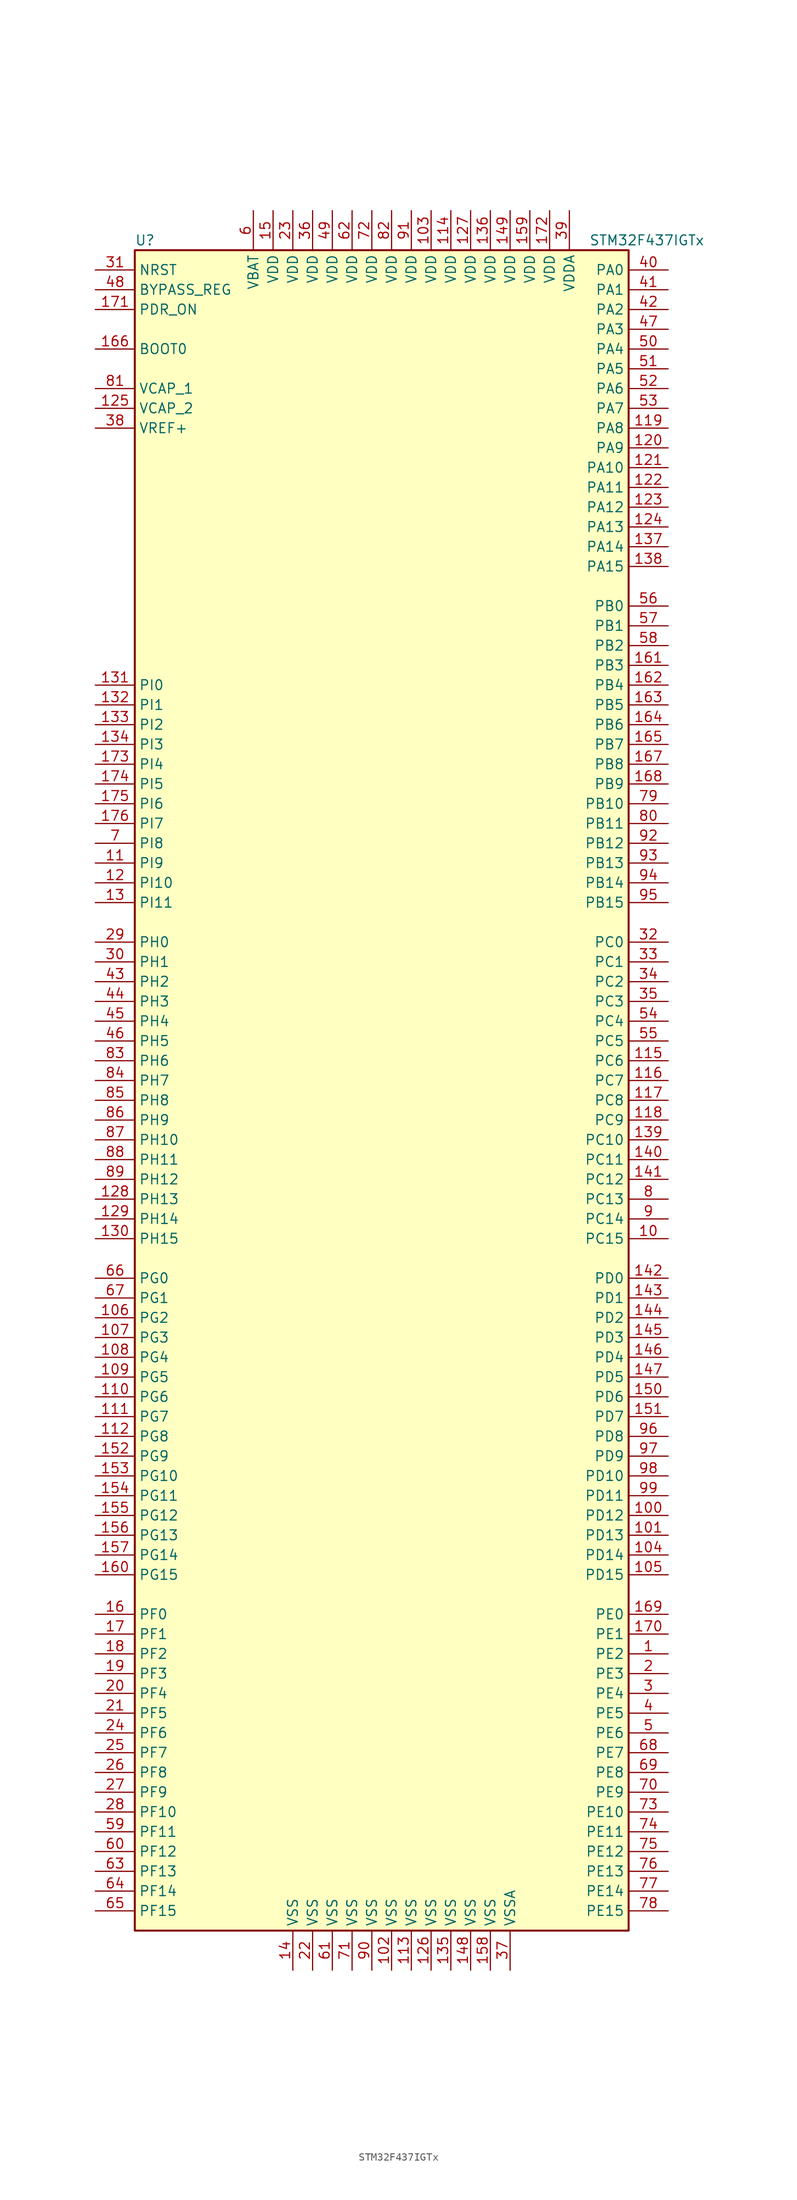
<source format=kicad_sym>
(kicad_symbol_lib
  (version 20201005)
  (generator kicad_symbol_editor)
  (symbol "MCU_ST_STM32F4:STM32F437IGTx"
    (property "Reference" "U"
      (at -33.02 107.95 0)
      (effects (font (size 1.27 1.27)) (justify left)))
    (property "Value" "STM32F437IGTx"
      (at 25.4 107.95 0)
      (effects (font (size 1.27 1.27)) (justify left)))
    (symbol "STM32F437IGTx_0_1"
      (rectangle (start -33.02 -109.22) (end 30.48 106.68) (stroke (width 0.254)) (fill (type background))))
    (symbol "STM32F437IGTx_1_1"
      (pin input line (at -38.1 93.98 0) (length 5.08) (name "BOOT0" (effects (font (size 1.27 1.27)))) (number "166" (effects (font (size 1.27 1.27)))))
      (pin input line (at -38.1 101.6 0) (length 5.08) (name "BYPASS_REG" (effects (font (size 1.27 1.27)))) (number "48" (effects (font (size 1.27 1.27)))))
      (pin input line (at -38.1 104.14 0) (length 5.08) (name "NRST" (effects (font (size 1.27 1.27)))) (number "31" (effects (font (size 1.27 1.27)))))
      (pin bidirectional line (at 35.56 104.14 180) (length 5.08) (name "PA0" (effects (font (size 1.27 1.27)))) (number "40" (effects (font (size 1.27 1.27)))))
      (pin bidirectional line (at 35.56 101.6 180) (length 5.08) (name "PA1" (effects (font (size 1.27 1.27)))) (number "41" (effects (font (size 1.27 1.27)))))
      (pin bidirectional line (at 35.56 78.74 180) (length 5.08) (name "PA10" (effects (font (size 1.27 1.27)))) (number "121" (effects (font (size 1.27 1.27)))))
      (pin bidirectional line (at 35.56 76.2 180) (length 5.08) (name "PA11" (effects (font (size 1.27 1.27)))) (number "122" (effects (font (size 1.27 1.27)))))
      (pin bidirectional line (at 35.56 73.66 180) (length 5.08) (name "PA12" (effects (font (size 1.27 1.27)))) (number "123" (effects (font (size 1.27 1.27)))))
      (pin bidirectional line (at 35.56 71.12 180) (length 5.08) (name "PA13" (effects (font (size 1.27 1.27)))) (number "124" (effects (font (size 1.27 1.27)))))
      (pin bidirectional line (at 35.56 68.58 180) (length 5.08) (name "PA14" (effects (font (size 1.27 1.27)))) (number "137" (effects (font (size 1.27 1.27)))))
      (pin bidirectional line (at 35.56 66.04 180) (length 5.08) (name "PA15" (effects (font (size 1.27 1.27)))) (number "138" (effects (font (size 1.27 1.27)))))
      (pin bidirectional line (at 35.56 99.06 180) (length 5.08) (name "PA2" (effects (font (size 1.27 1.27)))) (number "42" (effects (font (size 1.27 1.27)))))
      (pin bidirectional line (at 35.56 96.52 180) (length 5.08) (name "PA3" (effects (font (size 1.27 1.27)))) (number "47" (effects (font (size 1.27 1.27)))))
      (pin bidirectional line (at 35.56 93.98 180) (length 5.08) (name "PA4" (effects (font (size 1.27 1.27)))) (number "50" (effects (font (size 1.27 1.27)))))
      (pin bidirectional line (at 35.56 91.44 180) (length 5.08) (name "PA5" (effects (font (size 1.27 1.27)))) (number "51" (effects (font (size 1.27 1.27)))))
      (pin bidirectional line (at 35.56 88.9 180) (length 5.08) (name "PA6" (effects (font (size 1.27 1.27)))) (number "52" (effects (font (size 1.27 1.27)))))
      (pin bidirectional line (at 35.56 86.36 180) (length 5.08) (name "PA7" (effects (font (size 1.27 1.27)))) (number "53" (effects (font (size 1.27 1.27)))))
      (pin bidirectional line (at 35.56 83.82 180) (length 5.08) (name "PA8" (effects (font (size 1.27 1.27)))) (number "119" (effects (font (size 1.27 1.27)))))
      (pin bidirectional line (at 35.56 81.28 180) (length 5.08) (name "PA9" (effects (font (size 1.27 1.27)))) (number "120" (effects (font (size 1.27 1.27)))))
      (pin bidirectional line (at 35.56 60.96 180) (length 5.08) (name "PB0" (effects (font (size 1.27 1.27)))) (number "56" (effects (font (size 1.27 1.27)))))
      (pin bidirectional line (at 35.56 58.42 180) (length 5.08) (name "PB1" (effects (font (size 1.27 1.27)))) (number "57" (effects (font (size 1.27 1.27)))))
      (pin bidirectional line (at 35.56 35.56 180) (length 5.08) (name "PB10" (effects (font (size 1.27 1.27)))) (number "79" (effects (font (size 1.27 1.27)))))
      (pin bidirectional line (at 35.56 33.02 180) (length 5.08) (name "PB11" (effects (font (size 1.27 1.27)))) (number "80" (effects (font (size 1.27 1.27)))))
      (pin bidirectional line (at 35.56 30.48 180) (length 5.08) (name "PB12" (effects (font (size 1.27 1.27)))) (number "92" (effects (font (size 1.27 1.27)))))
      (pin bidirectional line (at 35.56 27.94 180) (length 5.08) (name "PB13" (effects (font (size 1.27 1.27)))) (number "93" (effects (font (size 1.27 1.27)))))
      (pin bidirectional line (at 35.56 25.4 180) (length 5.08) (name "PB14" (effects (font (size 1.27 1.27)))) (number "94" (effects (font (size 1.27 1.27)))))
      (pin bidirectional line (at 35.56 22.86 180) (length 5.08) (name "PB15" (effects (font (size 1.27 1.27)))) (number "95" (effects (font (size 1.27 1.27)))))
      (pin bidirectional line (at 35.56 55.88 180) (length 5.08) (name "PB2" (effects (font (size 1.27 1.27)))) (number "58" (effects (font (size 1.27 1.27)))))
      (pin bidirectional line (at 35.56 53.34 180) (length 5.08) (name "PB3" (effects (font (size 1.27 1.27)))) (number "161" (effects (font (size 1.27 1.27)))))
      (pin bidirectional line (at 35.56 50.8 180) (length 5.08) (name "PB4" (effects (font (size 1.27 1.27)))) (number "162" (effects (font (size 1.27 1.27)))))
      (pin bidirectional line (at 35.56 48.26 180) (length 5.08) (name "PB5" (effects (font (size 1.27 1.27)))) (number "163" (effects (font (size 1.27 1.27)))))
      (pin bidirectional line (at 35.56 45.72 180) (length 5.08) (name "PB6" (effects (font (size 1.27 1.27)))) (number "164" (effects (font (size 1.27 1.27)))))
      (pin bidirectional line (at 35.56 43.18 180) (length 5.08) (name "PB7" (effects (font (size 1.27 1.27)))) (number "165" (effects (font (size 1.27 1.27)))))
      (pin bidirectional line (at 35.56 40.64 180) (length 5.08) (name "PB8" (effects (font (size 1.27 1.27)))) (number "167" (effects (font (size 1.27 1.27)))))
      (pin bidirectional line (at 35.56 38.1 180) (length 5.08) (name "PB9" (effects (font (size 1.27 1.27)))) (number "168" (effects (font (size 1.27 1.27)))))
      (pin bidirectional line (at 35.56 17.78 180) (length 5.08) (name "PC0" (effects (font (size 1.27 1.27)))) (number "32" (effects (font (size 1.27 1.27)))))
      (pin bidirectional line (at 35.56 15.24 180) (length 5.08) (name "PC1" (effects (font (size 1.27 1.27)))) (number "33" (effects (font (size 1.27 1.27)))))
      (pin bidirectional line (at 35.56 -7.62 180) (length 5.08) (name "PC10" (effects (font (size 1.27 1.27)))) (number "139" (effects (font (size 1.27 1.27)))))
      (pin bidirectional line (at 35.56 -10.16 180) (length 5.08) (name "PC11" (effects (font (size 1.27 1.27)))) (number "140" (effects (font (size 1.27 1.27)))))
      (pin bidirectional line (at 35.56 -12.7 180) (length 5.08) (name "PC12" (effects (font (size 1.27 1.27)))) (number "141" (effects (font (size 1.27 1.27)))))
      (pin bidirectional line (at 35.56 -15.24 180) (length 5.08) (name "PC13" (effects (font (size 1.27 1.27)))) (number "8" (effects (font (size 1.27 1.27)))))
      (pin bidirectional line (at 35.56 -17.78 180) (length 5.08) (name "PC14" (effects (font (size 1.27 1.27)))) (number "9" (effects (font (size 1.27 1.27)))))
      (pin bidirectional line (at 35.56 -20.32 180) (length 5.08) (name "PC15" (effects (font (size 1.27 1.27)))) (number "10" (effects (font (size 1.27 1.27)))))
      (pin bidirectional line (at 35.56 12.7 180) (length 5.08) (name "PC2" (effects (font (size 1.27 1.27)))) (number "34" (effects (font (size 1.27 1.27)))))
      (pin bidirectional line (at 35.56 10.16 180) (length 5.08) (name "PC3" (effects (font (size 1.27 1.27)))) (number "35" (effects (font (size 1.27 1.27)))))
      (pin bidirectional line (at 35.56 7.62 180) (length 5.08) (name "PC4" (effects (font (size 1.27 1.27)))) (number "54" (effects (font (size 1.27 1.27)))))
      (pin bidirectional line (at 35.56 5.08 180) (length 5.08) (name "PC5" (effects (font (size 1.27 1.27)))) (number "55" (effects (font (size 1.27 1.27)))))
      (pin bidirectional line (at 35.56 2.54 180) (length 5.08) (name "PC6" (effects (font (size 1.27 1.27)))) (number "115" (effects (font (size 1.27 1.27)))))
      (pin bidirectional line (at 35.56 0 180) (length 5.08) (name "PC7" (effects (font (size 1.27 1.27)))) (number "116" (effects (font (size 1.27 1.27)))))
      (pin bidirectional line (at 35.56 -2.54 180) (length 5.08) (name "PC8" (effects (font (size 1.27 1.27)))) (number "117" (effects (font (size 1.27 1.27)))))
      (pin bidirectional line (at 35.56 -5.08 180) (length 5.08) (name "PC9" (effects (font (size 1.27 1.27)))) (number "118" (effects (font (size 1.27 1.27)))))
      (pin bidirectional line (at 35.56 -25.4 180) (length 5.08) (name "PD0" (effects (font (size 1.27 1.27)))) (number "142" (effects (font (size 1.27 1.27)))))
      (pin bidirectional line (at 35.56 -27.94 180) (length 5.08) (name "PD1" (effects (font (size 1.27 1.27)))) (number "143" (effects (font (size 1.27 1.27)))))
      (pin bidirectional line (at 35.56 -50.8 180) (length 5.08) (name "PD10" (effects (font (size 1.27 1.27)))) (number "98" (effects (font (size 1.27 1.27)))))
      (pin bidirectional line (at 35.56 -53.34 180) (length 5.08) (name "PD11" (effects (font (size 1.27 1.27)))) (number "99" (effects (font (size 1.27 1.27)))))
      (pin bidirectional line (at 35.56 -55.88 180) (length 5.08) (name "PD12" (effects (font (size 1.27 1.27)))) (number "100" (effects (font (size 1.27 1.27)))))
      (pin bidirectional line (at 35.56 -58.42 180) (length 5.08) (name "PD13" (effects (font (size 1.27 1.27)))) (number "101" (effects (font (size 1.27 1.27)))))
      (pin bidirectional line (at 35.56 -60.96 180) (length 5.08) (name "PD14" (effects (font (size 1.27 1.27)))) (number "104" (effects (font (size 1.27 1.27)))))
      (pin bidirectional line (at 35.56 -63.5 180) (length 5.08) (name "PD15" (effects (font (size 1.27 1.27)))) (number "105" (effects (font (size 1.27 1.27)))))
      (pin bidirectional line (at 35.56 -30.48 180) (length 5.08) (name "PD2" (effects (font (size 1.27 1.27)))) (number "144" (effects (font (size 1.27 1.27)))))
      (pin bidirectional line (at 35.56 -33.02 180) (length 5.08) (name "PD3" (effects (font (size 1.27 1.27)))) (number "145" (effects (font (size 1.27 1.27)))))
      (pin bidirectional line (at 35.56 -35.56 180) (length 5.08) (name "PD4" (effects (font (size 1.27 1.27)))) (number "146" (effects (font (size 1.27 1.27)))))
      (pin bidirectional line (at 35.56 -38.1 180) (length 5.08) (name "PD5" (effects (font (size 1.27 1.27)))) (number "147" (effects (font (size 1.27 1.27)))))
      (pin bidirectional line (at 35.56 -40.64 180) (length 5.08) (name "PD6" (effects (font (size 1.27 1.27)))) (number "150" (effects (font (size 1.27 1.27)))))
      (pin bidirectional line (at 35.56 -43.18 180) (length 5.08) (name "PD7" (effects (font (size 1.27 1.27)))) (number "151" (effects (font (size 1.27 1.27)))))
      (pin bidirectional line (at 35.56 -45.72 180) (length 5.08) (name "PD8" (effects (font (size 1.27 1.27)))) (number "96" (effects (font (size 1.27 1.27)))))
      (pin bidirectional line (at 35.56 -48.26 180) (length 5.08) (name "PD9" (effects (font (size 1.27 1.27)))) (number "97" (effects (font (size 1.27 1.27)))))
      (pin input line (at -38.1 99.06 0) (length 5.08) (name "PDR_ON" (effects (font (size 1.27 1.27)))) (number "171" (effects (font (size 1.27 1.27)))))
      (pin bidirectional line (at 35.56 -68.58 180) (length 5.08) (name "PE0" (effects (font (size 1.27 1.27)))) (number "169" (effects (font (size 1.27 1.27)))))
      (pin bidirectional line (at 35.56 -71.12 180) (length 5.08) (name "PE1" (effects (font (size 1.27 1.27)))) (number "170" (effects (font (size 1.27 1.27)))))
      (pin bidirectional line (at 35.56 -93.98 180) (length 5.08) (name "PE10" (effects (font (size 1.27 1.27)))) (number "73" (effects (font (size 1.27 1.27)))))
      (pin bidirectional line (at 35.56 -96.52 180) (length 5.08) (name "PE11" (effects (font (size 1.27 1.27)))) (number "74" (effects (font (size 1.27 1.27)))))
      (pin bidirectional line (at 35.56 -99.06 180) (length 5.08) (name "PE12" (effects (font (size 1.27 1.27)))) (number "75" (effects (font (size 1.27 1.27)))))
      (pin bidirectional line (at 35.56 -101.6 180) (length 5.08) (name "PE13" (effects (font (size 1.27 1.27)))) (number "76" (effects (font (size 1.27 1.27)))))
      (pin bidirectional line (at 35.56 -104.14 180) (length 5.08) (name "PE14" (effects (font (size 1.27 1.27)))) (number "77" (effects (font (size 1.27 1.27)))))
      (pin bidirectional line (at 35.56 -106.68 180) (length 5.08) (name "PE15" (effects (font (size 1.27 1.27)))) (number "78" (effects (font (size 1.27 1.27)))))
      (pin bidirectional line (at 35.56 -73.66 180) (length 5.08) (name "PE2" (effects (font (size 1.27 1.27)))) (number "1" (effects (font (size 1.27 1.27)))))
      (pin bidirectional line (at 35.56 -76.2 180) (length 5.08) (name "PE3" (effects (font (size 1.27 1.27)))) (number "2" (effects (font (size 1.27 1.27)))))
      (pin bidirectional line (at 35.56 -78.74 180) (length 5.08) (name "PE4" (effects (font (size 1.27 1.27)))) (number "3" (effects (font (size 1.27 1.27)))))
      (pin bidirectional line (at 35.56 -81.28 180) (length 5.08) (name "PE5" (effects (font (size 1.27 1.27)))) (number "4" (effects (font (size 1.27 1.27)))))
      (pin bidirectional line (at 35.56 -83.82 180) (length 5.08) (name "PE6" (effects (font (size 1.27 1.27)))) (number "5" (effects (font (size 1.27 1.27)))))
      (pin bidirectional line (at 35.56 -86.36 180) (length 5.08) (name "PE7" (effects (font (size 1.27 1.27)))) (number "68" (effects (font (size 1.27 1.27)))))
      (pin bidirectional line (at 35.56 -88.9 180) (length 5.08) (name "PE8" (effects (font (size 1.27 1.27)))) (number "69" (effects (font (size 1.27 1.27)))))
      (pin bidirectional line (at 35.56 -91.44 180) (length 5.08) (name "PE9" (effects (font (size 1.27 1.27)))) (number "70" (effects (font (size 1.27 1.27)))))
      (pin bidirectional line (at -38.1 -68.58 0) (length 5.08) (name "PF0" (effects (font (size 1.27 1.27)))) (number "16" (effects (font (size 1.27 1.27)))))
      (pin bidirectional line (at -38.1 -71.12 0) (length 5.08) (name "PF1" (effects (font (size 1.27 1.27)))) (number "17" (effects (font (size 1.27 1.27)))))
      (pin bidirectional line (at -38.1 -93.98 0) (length 5.08) (name "PF10" (effects (font (size 1.27 1.27)))) (number "28" (effects (font (size 1.27 1.27)))))
      (pin bidirectional line (at -38.1 -96.52 0) (length 5.08) (name "PF11" (effects (font (size 1.27 1.27)))) (number "59" (effects (font (size 1.27 1.27)))))
      (pin bidirectional line (at -38.1 -99.06 0) (length 5.08) (name "PF12" (effects (font (size 1.27 1.27)))) (number "60" (effects (font (size 1.27 1.27)))))
      (pin bidirectional line (at -38.1 -101.6 0) (length 5.08) (name "PF13" (effects (font (size 1.27 1.27)))) (number "63" (effects (font (size 1.27 1.27)))))
      (pin bidirectional line (at -38.1 -104.14 0) (length 5.08) (name "PF14" (effects (font (size 1.27 1.27)))) (number "64" (effects (font (size 1.27 1.27)))))
      (pin bidirectional line (at -38.1 -106.68 0) (length 5.08) (name "PF15" (effects (font (size 1.27 1.27)))) (number "65" (effects (font (size 1.27 1.27)))))
      (pin bidirectional line (at -38.1 -73.66 0) (length 5.08) (name "PF2" (effects (font (size 1.27 1.27)))) (number "18" (effects (font (size 1.27 1.27)))))
      (pin bidirectional line (at -38.1 -76.2 0) (length 5.08) (name "PF3" (effects (font (size 1.27 1.27)))) (number "19" (effects (font (size 1.27 1.27)))))
      (pin bidirectional line (at -38.1 -78.74 0) (length 5.08) (name "PF4" (effects (font (size 1.27 1.27)))) (number "20" (effects (font (size 1.27 1.27)))))
      (pin bidirectional line (at -38.1 -81.28 0) (length 5.08) (name "PF5" (effects (font (size 1.27 1.27)))) (number "21" (effects (font (size 1.27 1.27)))))
      (pin bidirectional line (at -38.1 -83.82 0) (length 5.08) (name "PF6" (effects (font (size 1.27 1.27)))) (number "24" (effects (font (size 1.27 1.27)))))
      (pin bidirectional line (at -38.1 -86.36 0) (length 5.08) (name "PF7" (effects (font (size 1.27 1.27)))) (number "25" (effects (font (size 1.27 1.27)))))
      (pin bidirectional line (at -38.1 -88.9 0) (length 5.08) (name "PF8" (effects (font (size 1.27 1.27)))) (number "26" (effects (font (size 1.27 1.27)))))
      (pin bidirectional line (at -38.1 -91.44 0) (length 5.08) (name "PF9" (effects (font (size 1.27 1.27)))) (number "27" (effects (font (size 1.27 1.27)))))
      (pin bidirectional line (at -38.1 -25.4 0) (length 5.08) (name "PG0" (effects (font (size 1.27 1.27)))) (number "66" (effects (font (size 1.27 1.27)))))
      (pin bidirectional line (at -38.1 -27.94 0) (length 5.08) (name "PG1" (effects (font (size 1.27 1.27)))) (number "67" (effects (font (size 1.27 1.27)))))
      (pin bidirectional line (at -38.1 -50.8 0) (length 5.08) (name "PG10" (effects (font (size 1.27 1.27)))) (number "153" (effects (font (size 1.27 1.27)))))
      (pin bidirectional line (at -38.1 -53.34 0) (length 5.08) (name "PG11" (effects (font (size 1.27 1.27)))) (number "154" (effects (font (size 1.27 1.27)))))
      (pin bidirectional line (at -38.1 -55.88 0) (length 5.08) (name "PG12" (effects (font (size 1.27 1.27)))) (number "155" (effects (font (size 1.27 1.27)))))
      (pin bidirectional line (at -38.1 -58.42 0) (length 5.08) (name "PG13" (effects (font (size 1.27 1.27)))) (number "156" (effects (font (size 1.27 1.27)))))
      (pin bidirectional line (at -38.1 -60.96 0) (length 5.08) (name "PG14" (effects (font (size 1.27 1.27)))) (number "157" (effects (font (size 1.27 1.27)))))
      (pin bidirectional line (at -38.1 -63.5 0) (length 5.08) (name "PG15" (effects (font (size 1.27 1.27)))) (number "160" (effects (font (size 1.27 1.27)))))
      (pin bidirectional line (at -38.1 -30.48 0) (length 5.08) (name "PG2" (effects (font (size 1.27 1.27)))) (number "106" (effects (font (size 1.27 1.27)))))
      (pin bidirectional line (at -38.1 -33.02 0) (length 5.08) (name "PG3" (effects (font (size 1.27 1.27)))) (number "107" (effects (font (size 1.27 1.27)))))
      (pin bidirectional line (at -38.1 -35.56 0) (length 5.08) (name "PG4" (effects (font (size 1.27 1.27)))) (number "108" (effects (font (size 1.27 1.27)))))
      (pin bidirectional line (at -38.1 -38.1 0) (length 5.08) (name "PG5" (effects (font (size 1.27 1.27)))) (number "109" (effects (font (size 1.27 1.27)))))
      (pin bidirectional line (at -38.1 -40.64 0) (length 5.08) (name "PG6" (effects (font (size 1.27 1.27)))) (number "110" (effects (font (size 1.27 1.27)))))
      (pin bidirectional line (at -38.1 -43.18 0) (length 5.08) (name "PG7" (effects (font (size 1.27 1.27)))) (number "111" (effects (font (size 1.27 1.27)))))
      (pin bidirectional line (at -38.1 -45.72 0) (length 5.08) (name "PG8" (effects (font (size 1.27 1.27)))) (number "112" (effects (font (size 1.27 1.27)))))
      (pin bidirectional line (at -38.1 -48.26 0) (length 5.08) (name "PG9" (effects (font (size 1.27 1.27)))) (number "152" (effects (font (size 1.27 1.27)))))
      (pin input line (at -38.1 17.78 0) (length 5.08) (name "PH0" (effects (font (size 1.27 1.27)))) (number "29" (effects (font (size 1.27 1.27)))))
      (pin input line (at -38.1 15.24 0) (length 5.08) (name "PH1" (effects (font (size 1.27 1.27)))) (number "30" (effects (font (size 1.27 1.27)))))
      (pin bidirectional line (at -38.1 -7.62 0) (length 5.08) (name "PH10" (effects (font (size 1.27 1.27)))) (number "87" (effects (font (size 1.27 1.27)))))
      (pin bidirectional line (at -38.1 -10.16 0) (length 5.08) (name "PH11" (effects (font (size 1.27 1.27)))) (number "88" (effects (font (size 1.27 1.27)))))
      (pin bidirectional line (at -38.1 -12.7 0) (length 5.08) (name "PH12" (effects (font (size 1.27 1.27)))) (number "89" (effects (font (size 1.27 1.27)))))
      (pin bidirectional line (at -38.1 -15.24 0) (length 5.08) (name "PH13" (effects (font (size 1.27 1.27)))) (number "128" (effects (font (size 1.27 1.27)))))
      (pin bidirectional line (at -38.1 -17.78 0) (length 5.08) (name "PH14" (effects (font (size 1.27 1.27)))) (number "129" (effects (font (size 1.27 1.27)))))
      (pin bidirectional line (at -38.1 -20.32 0) (length 5.08) (name "PH15" (effects (font (size 1.27 1.27)))) (number "130" (effects (font (size 1.27 1.27)))))
      (pin bidirectional line (at -38.1 12.7 0) (length 5.08) (name "PH2" (effects (font (size 1.27 1.27)))) (number "43" (effects (font (size 1.27 1.27)))))
      (pin bidirectional line (at -38.1 10.16 0) (length 5.08) (name "PH3" (effects (font (size 1.27 1.27)))) (number "44" (effects (font (size 1.27 1.27)))))
      (pin bidirectional line (at -38.1 7.62 0) (length 5.08) (name "PH4" (effects (font (size 1.27 1.27)))) (number "45" (effects (font (size 1.27 1.27)))))
      (pin bidirectional line (at -38.1 5.08 0) (length 5.08) (name "PH5" (effects (font (size 1.27 1.27)))) (number "46" (effects (font (size 1.27 1.27)))))
      (pin bidirectional line (at -38.1 2.54 0) (length 5.08) (name "PH6" (effects (font (size 1.27 1.27)))) (number "83" (effects (font (size 1.27 1.27)))))
      (pin bidirectional line (at -38.1 0 0) (length 5.08) (name "PH7" (effects (font (size 1.27 1.27)))) (number "84" (effects (font (size 1.27 1.27)))))
      (pin bidirectional line (at -38.1 -2.54 0) (length 5.08) (name "PH8" (effects (font (size 1.27 1.27)))) (number "85" (effects (font (size 1.27 1.27)))))
      (pin bidirectional line (at -38.1 -5.08 0) (length 5.08) (name "PH9" (effects (font (size 1.27 1.27)))) (number "86" (effects (font (size 1.27 1.27)))))
      (pin bidirectional line (at -38.1 50.8 0) (length 5.08) (name "PI0" (effects (font (size 1.27 1.27)))) (number "131" (effects (font (size 1.27 1.27)))))
      (pin bidirectional line (at -38.1 48.26 0) (length 5.08) (name "PI1" (effects (font (size 1.27 1.27)))) (number "132" (effects (font (size 1.27 1.27)))))
      (pin bidirectional line (at -38.1 25.4 0) (length 5.08) (name "PI10" (effects (font (size 1.27 1.27)))) (number "12" (effects (font (size 1.27 1.27)))))
      (pin bidirectional line (at -38.1 22.86 0) (length 5.08) (name "PI11" (effects (font (size 1.27 1.27)))) (number "13" (effects (font (size 1.27 1.27)))))
      (pin bidirectional line (at -38.1 45.72 0) (length 5.08) (name "PI2" (effects (font (size 1.27 1.27)))) (number "133" (effects (font (size 1.27 1.27)))))
      (pin bidirectional line (at -38.1 43.18 0) (length 5.08) (name "PI3" (effects (font (size 1.27 1.27)))) (number "134" (effects (font (size 1.27 1.27)))))
      (pin bidirectional line (at -38.1 40.64 0) (length 5.08) (name "PI4" (effects (font (size 1.27 1.27)))) (number "173" (effects (font (size 1.27 1.27)))))
      (pin bidirectional line (at -38.1 38.1 0) (length 5.08) (name "PI5" (effects (font (size 1.27 1.27)))) (number "174" (effects (font (size 1.27 1.27)))))
      (pin bidirectional line (at -38.1 35.56 0) (length 5.08) (name "PI6" (effects (font (size 1.27 1.27)))) (number "175" (effects (font (size 1.27 1.27)))))
      (pin bidirectional line (at -38.1 33.02 0) (length 5.08) (name "PI7" (effects (font (size 1.27 1.27)))) (number "176" (effects (font (size 1.27 1.27)))))
      (pin bidirectional line (at -38.1 30.48 0) (length 5.08) (name "PI8" (effects (font (size 1.27 1.27)))) (number "7" (effects (font (size 1.27 1.27)))))
      (pin bidirectional line (at -38.1 27.94 0) (length 5.08) (name "PI9" (effects (font (size 1.27 1.27)))) (number "11" (effects (font (size 1.27 1.27)))))
      (pin power_in line (at -17.78 111.76 270) (length 5.08) (name "VBAT" (effects (font (size 1.27 1.27)))) (number "6" (effects (font (size 1.27 1.27)))))
      (pin power_in line (at -38.1 88.9 0) (length 5.08) (name "VCAP_1" (effects (font (size 1.27 1.27)))) (number "81" (effects (font (size 1.27 1.27)))))
      (pin power_in line (at -38.1 86.36 0) (length 5.08) (name "VCAP_2" (effects (font (size 1.27 1.27)))) (number "125" (effects (font (size 1.27 1.27)))))
      (pin power_in line (at 5.08 111.76 270) (length 5.08) (name "VDD" (effects (font (size 1.27 1.27)))) (number "103" (effects (font (size 1.27 1.27)))))
      (pin power_in line (at 7.62 111.76 270) (length 5.08) (name "VDD" (effects (font (size 1.27 1.27)))) (number "114" (effects (font (size 1.27 1.27)))))
      (pin power_in line (at 10.16 111.76 270) (length 5.08) (name "VDD" (effects (font (size 1.27 1.27)))) (number "127" (effects (font (size 1.27 1.27)))))
      (pin power_in line (at 12.7 111.76 270) (length 5.08) (name "VDD" (effects (font (size 1.27 1.27)))) (number "136" (effects (font (size 1.27 1.27)))))
      (pin power_in line (at 15.24 111.76 270) (length 5.08) (name "VDD" (effects (font (size 1.27 1.27)))) (number "149" (effects (font (size 1.27 1.27)))))
      (pin power_in line (at -15.24 111.76 270) (length 5.08) (name "VDD" (effects (font (size 1.27 1.27)))) (number "15" (effects (font (size 1.27 1.27)))))
      (pin power_in line (at 17.78 111.76 270) (length 5.08) (name "VDD" (effects (font (size 1.27 1.27)))) (number "159" (effects (font (size 1.27 1.27)))))
      (pin power_in line (at 20.32 111.76 270) (length 5.08) (name "VDD" (effects (font (size 1.27 1.27)))) (number "172" (effects (font (size 1.27 1.27)))))
      (pin power_in line (at -12.7 111.76 270) (length 5.08) (name "VDD" (effects (font (size 1.27 1.27)))) (number "23" (effects (font (size 1.27 1.27)))))
      (pin power_in line (at -10.16 111.76 270) (length 5.08) (name "VDD" (effects (font (size 1.27 1.27)))) (number "36" (effects (font (size 1.27 1.27)))))
      (pin power_in line (at -7.62 111.76 270) (length 5.08) (name "VDD" (effects (font (size 1.27 1.27)))) (number "49" (effects (font (size 1.27 1.27)))))
      (pin power_in line (at -5.08 111.76 270) (length 5.08) (name "VDD" (effects (font (size 1.27 1.27)))) (number "62" (effects (font (size 1.27 1.27)))))
      (pin power_in line (at -2.54 111.76 270) (length 5.08) (name "VDD" (effects (font (size 1.27 1.27)))) (number "72" (effects (font (size 1.27 1.27)))))
      (pin power_in line (at 0 111.76 270) (length 5.08) (name "VDD" (effects (font (size 1.27 1.27)))) (number "82" (effects (font (size 1.27 1.27)))))
      (pin power_in line (at 2.54 111.76 270) (length 5.08) (name "VDD" (effects (font (size 1.27 1.27)))) (number "91" (effects (font (size 1.27 1.27)))))
      (pin power_in line (at 22.86 111.76 270) (length 5.08) (name "VDDA" (effects (font (size 1.27 1.27)))) (number "39" (effects (font (size 1.27 1.27)))))
      (pin power_in line (at -38.1 83.82 0) (length 5.08) (name "VREF+" (effects (font (size 1.27 1.27)))) (number "38" (effects (font (size 1.27 1.27)))))
      (pin power_in line (at 0 -114.3 90) (length 5.08) (name "VSS" (effects (font (size 1.27 1.27)))) (number "102" (effects (font (size 1.27 1.27)))))
      (pin power_in line (at 2.54 -114.3 90) (length 5.08) (name "VSS" (effects (font (size 1.27 1.27)))) (number "113" (effects (font (size 1.27 1.27)))))
      (pin power_in line (at 5.08 -114.3 90) (length 5.08) (name "VSS" (effects (font (size 1.27 1.27)))) (number "126" (effects (font (size 1.27 1.27)))))
      (pin power_in line (at 7.62 -114.3 90) (length 5.08) (name "VSS" (effects (font (size 1.27 1.27)))) (number "135" (effects (font (size 1.27 1.27)))))
      (pin power_in line (at -12.7 -114.3 90) (length 5.08) (name "VSS" (effects (font (size 1.27 1.27)))) (number "14" (effects (font (size 1.27 1.27)))))
      (pin power_in line (at 10.16 -114.3 90) (length 5.08) (name "VSS" (effects (font (size 1.27 1.27)))) (number "148" (effects (font (size 1.27 1.27)))))
      (pin power_in line (at 12.7 -114.3 90) (length 5.08) (name "VSS" (effects (font (size 1.27 1.27)))) (number "158" (effects (font (size 1.27 1.27)))))
      (pin power_in line (at -10.16 -114.3 90) (length 5.08) (name "VSS" (effects (font (size 1.27 1.27)))) (number "22" (effects (font (size 1.27 1.27)))))
      (pin power_in line (at -7.62 -114.3 90) (length 5.08) (name "VSS" (effects (font (size 1.27 1.27)))) (number "61" (effects (font (size 1.27 1.27)))))
      (pin power_in line (at -5.08 -114.3 90) (length 5.08) (name "VSS" (effects (font (size 1.27 1.27)))) (number "71" (effects (font (size 1.27 1.27)))))
      (pin power_in line (at -2.54 -114.3 90) (length 5.08) (name "VSS" (effects (font (size 1.27 1.27)))) (number "90" (effects (font (size 1.27 1.27)))))
      (pin power_in line (at 15.24 -114.3 90) (length 5.08) (name "VSSA" (effects (font (size 1.27 1.27)))) (number "37" (effects (font (size 1.27 1.27))))))))
</source>
